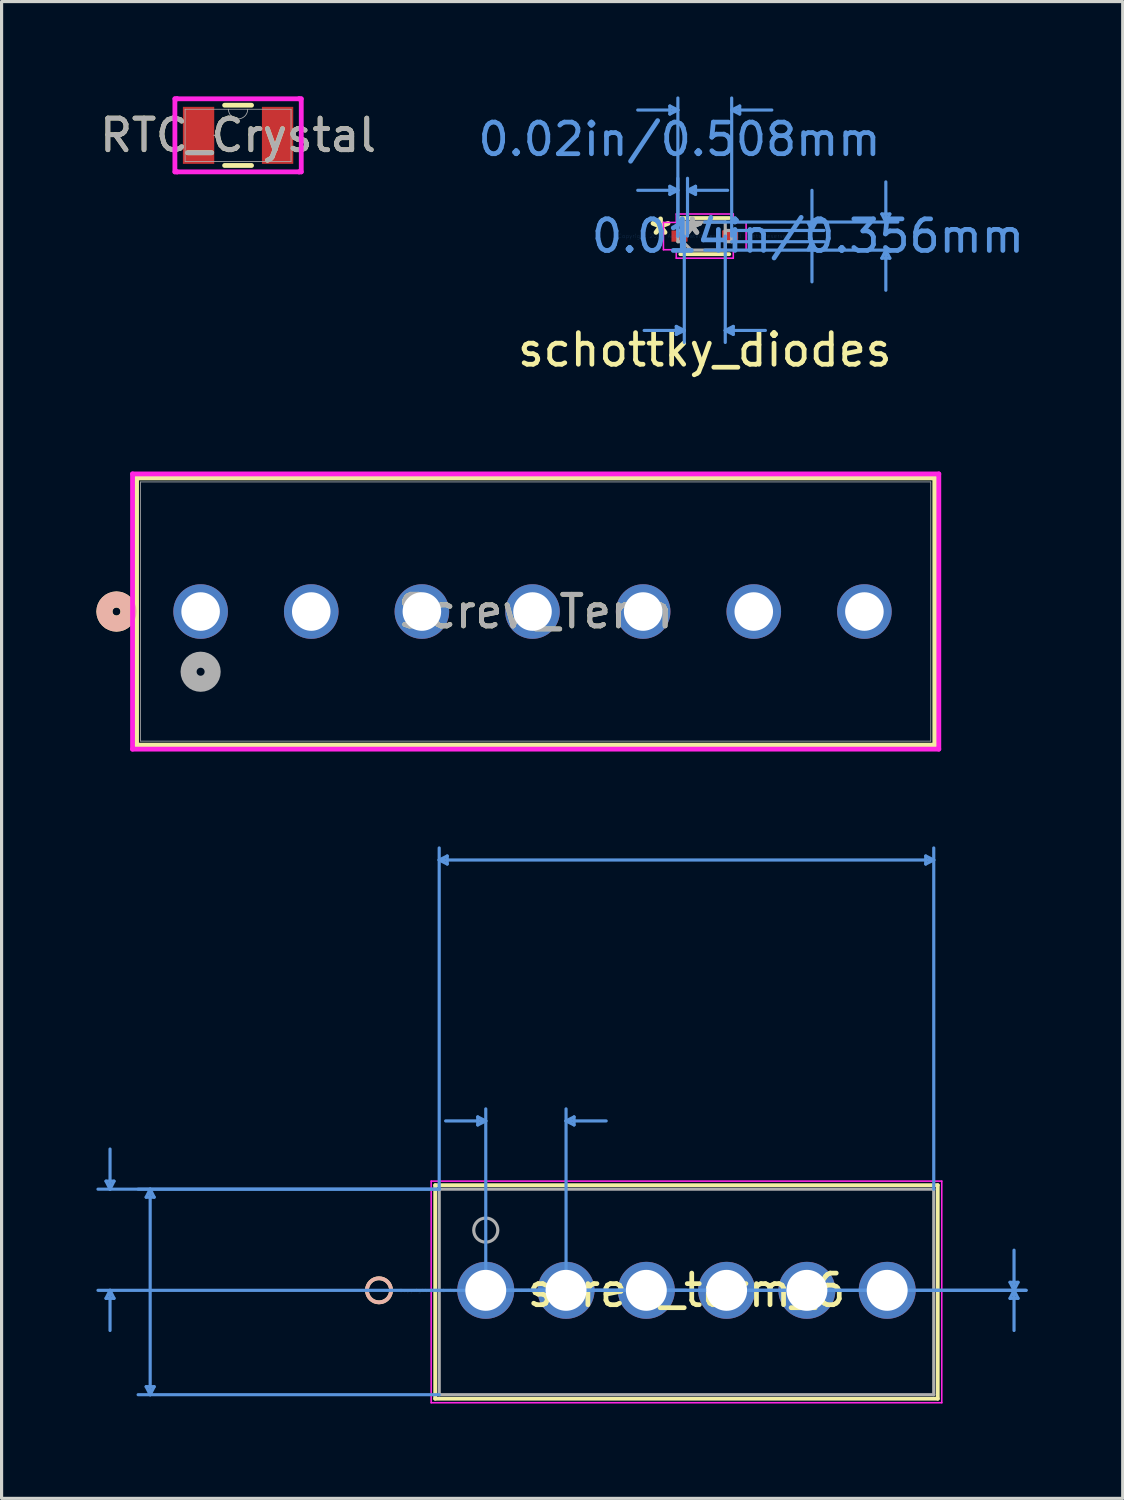
<source format=kicad_pcb>
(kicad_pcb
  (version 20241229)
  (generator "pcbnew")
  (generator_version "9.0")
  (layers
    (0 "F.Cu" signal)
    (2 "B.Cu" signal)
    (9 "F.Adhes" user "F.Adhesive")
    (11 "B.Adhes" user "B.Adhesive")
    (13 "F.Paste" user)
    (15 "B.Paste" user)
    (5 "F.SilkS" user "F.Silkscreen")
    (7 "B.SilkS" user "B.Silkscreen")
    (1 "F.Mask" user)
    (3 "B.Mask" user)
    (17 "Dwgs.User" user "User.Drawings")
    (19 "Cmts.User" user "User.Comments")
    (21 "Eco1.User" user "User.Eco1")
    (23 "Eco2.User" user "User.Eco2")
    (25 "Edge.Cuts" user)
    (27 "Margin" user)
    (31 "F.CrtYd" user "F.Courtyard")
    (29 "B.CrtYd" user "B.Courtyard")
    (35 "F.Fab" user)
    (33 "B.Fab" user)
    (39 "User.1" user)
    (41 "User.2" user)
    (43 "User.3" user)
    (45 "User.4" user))
  (footprint "Screw_Term"
    (layer "F.Cu")
    (at 3.297 16.297)
    (property "Reference" "Screw_Term" (at 10.6 0 0) (unlocked yes) (layer "F.SilkS") (effects (font (size 1 1) (thickness 0.15))))
    (attr through_hole)
    (fp_line (start -2.027 -4.227) (end -2.027 4.227) (stroke (width 0.152) (type solid)) (layer "F.SilkS"))
    (fp_line (start -2.027 4.227) (end 23.227 4.227) (stroke (width 0.152) (type solid)) (layer "F.SilkS"))
    (fp_line (start 23.227 -4.227) (end -2.027 -4.227) (stroke (width 0.152) (type solid)) (layer "F.SilkS"))
    (fp_line (start 23.227 4.227) (end 23.227 -4.227) (stroke (width 0.152) (type solid)) (layer "F.SilkS"))
    (fp_circle (center -2.662 0) (end -2.281 0) (stroke (width 0.508) (type solid)) (fill no) (layer "F.SilkS"))
    (fp_circle (center -2.662 0) (end -2.281 0) (stroke (width 0.508) (type solid)) (fill no) (layer "B.SilkS"))
    (fp_line (start -2.154 -4.354) (end -2.154 4.354) (stroke (width 0.152) (type solid)) (layer "F.CrtYd"))
    (fp_line (start -2.154 4.354) (end 23.354 4.354) (stroke (width 0.152) (type solid)) (layer "F.CrtYd"))
    (fp_line (start 23.354 -4.354) (end -2.154 -4.354) (stroke (width 0.152) (type solid)) (layer "F.CrtYd"))
    (fp_line (start 23.354 4.354) (end 23.354 -4.354) (stroke (width 0.152) (type solid)) (layer "F.CrtYd"))
    (fp_line (start -1.9 -4.1) (end -1.9 4.1) (stroke (width 0.025) (type solid)) (layer "F.Fab"))
    (fp_line (start -1.9 4.1) (end 23.1 4.1) (stroke (width 0.025) (type solid)) (layer "F.Fab"))
    (fp_line (start 23.1 -4.1) (end -1.9 -4.1) (stroke (width 0.025) (type solid)) (layer "F.Fab"))
    (fp_line (start 23.1 4.1) (end 23.1 -4.1) (stroke (width 0.025) (type solid)) (layer "F.Fab"))
    (fp_circle (center 0 1.905) (end 0.381 1.905) (stroke (width 0.508) (type solid)) (fill no) (layer "F.Fab"))
    (fp_text user "${REFERENCE}" (at 10.6 0 0) (unlocked yes) (layer "F.Fab") (effects (font (size 1 1) (thickness 0.15))))
    (pad "1" thru_hole circle (at 0 0) (size 1.727 1.727) (drill 1.219) (layers "*.Cu" "*.Mask"))
    (pad "2" thru_hole circle (at 3.5 0) (size 1.727 1.727) (drill 1.219) (layers "*.Cu" "*.Mask"))
    (pad "3" thru_hole circle (at 7 0) (size 1.727 1.727) (drill 1.219) (layers "*.Cu" "*.Mask"))
    (pad "4" thru_hole circle (at 10.5 0) (size 1.727 1.727) (drill 1.219) (layers "*.Cu" "*.Mask"))
    (pad "5" thru_hole circle (at 14 0) (size 1.727 1.727) (drill 1.219) (layers "*.Cu" "*.Mask"))
    (pad "6" thru_hole circle (at 17.5 0) (size 1.727 1.727) (drill 1.219) (layers "*.Cu" "*.Mask"))
    (pad "7" thru_hole circle (at 21 0) (size 1.727 1.727) (drill 1.219) (layers "*.Cu" "*.Mask")))
  (footprint "screw_term_6"
    (layer "F.Cu")
    (at 12.318 37.772)
    (property "Reference" "screw_term_6" (at 6.35 0 0) (layer "F.SilkS") (effects (font (size 1 1) (thickness 0.15))))
    (attr through_hole)
    (fp_line (start -1.6 -3.327) (end -1.6 3.429) (stroke (width 0.12) (type solid)) (layer "F.SilkS"))
    (fp_line (start -1.6 3.429) (end 14.3 3.429) (stroke (width 0.12) (type solid)) (layer "F.SilkS"))
    (fp_line (start 14.3 -3.327) (end -1.6 -3.327) (stroke (width 0.12) (type solid)) (layer "F.SilkS"))
    (fp_line (start 14.3 3.429) (end 14.3 -3.327) (stroke (width 0.12) (type solid)) (layer "F.SilkS"))
    (fp_circle (center -3.378 0) (end -2.997 0) (stroke (width 0.12) (type solid)) (fill no) (layer "F.SilkS"))
    (fp_circle (center -3.378 0) (end -2.997 0) (stroke (width 0.12) (type solid)) (fill no) (layer "B.SilkS"))
    (fp_line (start -12.014 -3.454) (end -11.76 -3.454) (stroke (width 0.1) (type solid)) (layer "Cmts.User"))
    (fp_line (start -12.014 0.254) (end -11.76 0.254) (stroke (width 0.1) (type solid)) (layer "Cmts.User"))
    (fp_line (start -11.887 -3.2) (end -12.014 -3.454) (stroke (width 0.1) (type solid)) (layer "Cmts.User"))
    (fp_line (start -11.887 -3.2) (end -11.887 -4.47) (stroke (width 0.1) (type solid)) (layer "Cmts.User"))
    (fp_line (start -11.887 -3.2) (end -11.76 -3.454) (stroke (width 0.1) (type solid)) (layer "Cmts.User"))
    (fp_line (start -11.887 0) (end -12.014 0.254) (stroke (width 0.1) (type solid)) (layer "Cmts.User"))
    (fp_line (start -11.887 0) (end -11.887 1.27) (stroke (width 0.1) (type solid)) (layer "Cmts.User"))
    (fp_line (start -11.887 0) (end -11.76 0.254) (stroke (width 0.1) (type solid)) (layer "Cmts.User"))
    (fp_line (start -10.744 -2.946) (end -10.49 -2.946) (stroke (width 0.1) (type solid)) (layer "Cmts.User"))
    (fp_line (start -10.744 3.048) (end -10.49 3.048) (stroke (width 0.1) (type solid)) (layer "Cmts.User"))
    (fp_line (start -10.617 -3.2) (end -10.744 -2.946) (stroke (width 0.1) (type solid)) (layer "Cmts.User"))
    (fp_line (start -10.617 -3.2) (end -10.617 3.302) (stroke (width 0.1) (type solid)) (layer "Cmts.User"))
    (fp_line (start -10.617 -3.2) (end -10.49 -2.946) (stroke (width 0.1) (type solid)) (layer "Cmts.User"))
    (fp_line (start -10.617 3.302) (end -10.744 3.048) (stroke (width 0.1) (type solid)) (layer "Cmts.User"))
    (fp_line (start -10.617 3.302) (end -10.49 3.048) (stroke (width 0.1) (type solid)) (layer "Cmts.User"))
    (fp_line (start -1.473 -13.614) (end -1.219 -13.741) (stroke (width 0.1) (type solid)) (layer "Cmts.User"))
    (fp_line (start -1.473 -13.614) (end -1.219 -13.487) (stroke (width 0.1) (type solid)) (layer "Cmts.User"))
    (fp_line (start -1.473 -13.614) (end 14.173 -13.614) (stroke (width 0.1) (type solid)) (layer "Cmts.User"))
    (fp_line (start -1.473 -3.2) (end -12.268 -3.2) (stroke (width 0.1) (type solid)) (layer "Cmts.User"))
    (fp_line (start -1.473 -3.2) (end -10.998 -3.2) (stroke (width 0.1) (type solid)) (layer "Cmts.User"))
    (fp_line (start -1.473 -3.2) (end -1.473 -13.995) (stroke (width 0.1) (type solid)) (layer "Cmts.User"))
    (fp_line (start -1.473 3.302) (end -10.998 3.302) (stroke (width 0.1) (type solid)) (layer "Cmts.User"))
    (fp_line (start -1.219 -13.741) (end -1.219 -13.487) (stroke (width 0.1) (type solid)) (layer "Cmts.User"))
    (fp_line (start -0.254 -5.486) (end -0.254 -5.232) (stroke (width 0.1) (type solid)) (layer "Cmts.User"))
    (fp_line (start 0 -5.359) (end -1.27 -5.359) (stroke (width 0.1) (type solid)) (layer "Cmts.User"))
    (fp_line (start 0 -5.359) (end -0.254 -5.486) (stroke (width 0.1) (type solid)) (layer "Cmts.User"))
    (fp_line (start 0 -5.359) (end -0.254 -5.232) (stroke (width 0.1) (type solid)) (layer "Cmts.User"))
    (fp_line (start 0 0) (end 0 -5.74) (stroke (width 0.1) (type solid)) (layer "Cmts.User"))
    (fp_line (start 0 0) (end 17.094 0) (stroke (width 0.1) (type solid)) (layer "Cmts.User"))
    (fp_line (start 0 0) (end 17.094 0) (stroke (width 0.1) (type solid)) (layer "Cmts.User"))
    (fp_line (start 2.54 -5.359) (end 2.794 -5.486) (stroke (width 0.1) (type solid)) (layer "Cmts.User"))
    (fp_line (start 2.54 -5.359) (end 2.794 -5.232) (stroke (width 0.1) (type solid)) (layer "Cmts.User"))
    (fp_line (start 2.54 -5.359) (end 3.81 -5.359) (stroke (width 0.1) (type solid)) (layer "Cmts.User"))
    (fp_line (start 2.54 0) (end 2.54 -5.74) (stroke (width 0.1) (type solid)) (layer "Cmts.User"))
    (fp_line (start 2.794 -5.486) (end 2.794 -5.232) (stroke (width 0.1) (type solid)) (layer "Cmts.User"))
    (fp_line (start 6.35 0) (end -12.268 0) (stroke (width 0.1) (type solid)) (layer "Cmts.User"))
    (fp_line (start 13.919 -13.741) (end 13.919 -13.487) (stroke (width 0.1) (type solid)) (layer "Cmts.User"))
    (fp_line (start 14.173 -13.614) (end 13.919 -13.741) (stroke (width 0.1) (type solid)) (layer "Cmts.User"))
    (fp_line (start 14.173 -13.614) (end 13.919 -13.487) (stroke (width 0.1) (type solid)) (layer "Cmts.User"))
    (fp_line (start 14.173 -3.2) (end 14.173 -13.995) (stroke (width 0.1) (type solid)) (layer "Cmts.User"))
    (fp_line (start 16.586 -0.254) (end 16.84 -0.254) (stroke (width 0.1) (type solid)) (layer "Cmts.User"))
    (fp_line (start 16.586 0.254) (end 16.84 0.254) (stroke (width 0.1) (type solid)) (layer "Cmts.User"))
    (fp_line (start 16.713 0) (end 16.586 -0.254) (stroke (width 0.1) (type solid)) (layer "Cmts.User"))
    (fp_line (start 16.713 0) (end 16.586 0.254) (stroke (width 0.1) (type solid)) (layer "Cmts.User"))
    (fp_line (start 16.713 0) (end 16.713 -1.27) (stroke (width 0.1) (type solid)) (layer "Cmts.User"))
    (fp_line (start 16.713 0) (end 16.713 1.27) (stroke (width 0.1) (type solid)) (layer "Cmts.User"))
    (fp_line (start 16.713 0) (end 16.84 -0.254) (stroke (width 0.1) (type solid)) (layer "Cmts.User"))
    (fp_line (start 16.713 0) (end 16.84 0.254) (stroke (width 0.1) (type solid)) (layer "Cmts.User"))
    (fp_line (start -1.727 -3.454) (end -1.727 3.556) (stroke (width 0.05) (type solid)) (layer "F.CrtYd"))
    (fp_line (start -1.727 3.556) (end 14.427 3.556) (stroke (width 0.05) (type solid)) (layer "F.CrtYd"))
    (fp_line (start 14.427 -3.454) (end -1.727 -3.454) (stroke (width 0.05) (type solid)) (layer "F.CrtYd"))
    (fp_line (start 14.427 3.556) (end 14.427 -3.454) (stroke (width 0.05) (type solid)) (layer "F.CrtYd"))
    (fp_line (start -1.473 -3.2) (end -1.473 3.302) (stroke (width 0.1) (type solid)) (layer "F.Fab"))
    (fp_line (start -1.473 3.302) (end 14.173 3.302) (stroke (width 0.1) (type solid)) (layer "F.Fab"))
    (fp_line (start 14.173 -3.2) (end -1.473 -3.2) (stroke (width 0.1) (type solid)) (layer "F.Fab"))
    (fp_line (start 14.173 3.302) (end 14.173 -3.2) (stroke (width 0.1) (type solid)) (layer "F.Fab"))
    (fp_circle (center 0 -1.905) (end 0.381 -1.905) (stroke (width 0.1) (type solid)) (fill no) (layer "F.Fab"))
    (fp_text user "*" (at 0 0 0) (layer "F.SilkS") (effects (font (size 1 1) (thickness 0.15))))
    (fp_text user "Copyright 2021 Accelerated Designs. All rights reserved." (at 0 0 0) (layer "Cmts.User") (effects (font (size 0.127 0.127) (thickness 0.002))))
    (fp_text user "*" (at 0 0 0) (layer "F.Fab") (effects (font (size 1 1) (thickness 0.15))))
    (pad "1" thru_hole circle (at 0 0) (size 1.803 1.803) (drill 1.295) (layers "*.Cu" "*.Mask"))
    (pad "2" thru_hole circle (at 2.54 0) (size 1.803 1.803) (drill 1.295) (layers "*.Cu" "*.Mask"))
    (pad "3" thru_hole circle (at 5.08 0) (size 1.803 1.803) (drill 1.295) (layers "*.Cu" "*.Mask"))
    (pad "4" thru_hole circle (at 7.62 0) (size 1.803 1.803) (drill 1.295) (layers "*.Cu" "*.Mask"))
    (pad "5" thru_hole circle (at 10.16 0) (size 1.803 1.803) (drill 1.295) (layers "*.Cu" "*.Mask"))
    (pad "6" thru_hole circle (at 12.7 0) (size 1.803 1.803) (drill 1.295) (layers "*.Cu" "*.Mask")))
  (footprint "RTC_Crystal"
    (layer "F.Cu")
    (at 4.482 1.232)
    (property "Reference" "RTC_Crystal" (at 0 0 0) (unlocked yes) (layer "F.SilkS") (effects (font (size 1 1) (thickness 0.15))))
    (attr smd)
    (fp_line (start -0.426 0.953) (end 0.426 0.953) (stroke (width 0.152) (type solid)) (layer "F.SilkS"))
    (fp_line (start 0.426 -0.953) (end -0.426 -0.953) (stroke (width 0.152) (type solid)) (layer "F.SilkS"))
    (fp_line (start -1.999 -1.156) (end -1.93 -1.156) (stroke (width 0.152) (type solid)) (layer "F.CrtYd"))
    (fp_line (start -1.999 1.156) (end -1.999 -1.156) (stroke (width 0.152) (type solid)) (layer "F.CrtYd"))
    (fp_line (start -1.999 1.156) (end -1.93 1.156) (stroke (width 0.152) (type solid)) (layer "F.CrtYd"))
    (fp_line (start -1.93 -1.156) (end -1.93 -1.156) (stroke (width 0.152) (type solid)) (layer "F.CrtYd"))
    (fp_line (start -1.93 -1.156) (end 1.93 -1.156) (stroke (width 0.152) (type solid)) (layer "F.CrtYd"))
    (fp_line (start -1.93 1.156) (end -1.93 1.156) (stroke (width 0.152) (type solid)) (layer "F.CrtYd"))
    (fp_line (start 1.93 -1.156) (end 1.93 -1.156) (stroke (width 0.152) (type solid)) (layer "F.CrtYd"))
    (fp_line (start 1.93 1.156) (end -1.93 1.156) (stroke (width 0.152) (type solid)) (layer "F.CrtYd"))
    (fp_line (start 1.93 1.156) (end 1.93 1.156) (stroke (width 0.152) (type solid)) (layer "F.CrtYd"))
    (fp_line (start 1.999 -1.156) (end 1.93 -1.156) (stroke (width 0.152) (type solid)) (layer "F.CrtYd"))
    (fp_line (start 1.999 -1.156) (end 1.999 1.156) (stroke (width 0.152) (type solid)) (layer "F.CrtYd"))
    (fp_line (start 1.999 1.156) (end 1.93 1.156) (stroke (width 0.152) (type solid)) (layer "F.CrtYd"))
    (fp_line (start -1.676 -0.826) (end -1.676 0.826) (stroke (width 0.025) (type solid)) (layer "F.Fab"))
    (fp_line (start -1.676 0.826) (end 1.676 0.826) (stroke (width 0.025) (type solid)) (layer "F.Fab"))
    (fp_line (start 1.676 -0.826) (end -1.676 -0.826) (stroke (width 0.025) (type solid)) (layer "F.Fab"))
    (fp_line (start 1.676 0.826) (end 1.676 -0.826) (stroke (width 0.025) (type solid)) (layer "F.Fab"))
    (fp_arc (start 0.3048 -0.8255) (mid 0 -0.5207) (end -0.3048 -0.8255) (stroke (width 0.0254) (type solid)) (layer "F.Fab"))
    (fp_circle (center -0.755 0) (end -0.755 0) (stroke (width 0.025) (type solid)) (fill no) (layer "F.Fab"))
    (fp_text user "${REFERENCE}" (at 0 0 0) (unlocked yes) (layer "F.Fab") (effects (font (size 1 1) (thickness 0.15))))
    (pad "1" smd rect (at -1.25 0) (size 0.991 1.803) (layers "F.Cu" "F.Mask" "F.Paste"))
    (pad "2" smd rect (at 1.25 0) (size 0.991 1.803) (layers "F.Cu" "F.Mask" "F.Paste")))
  (footprint "schottky_diodes"
    (layer "F.Cu")
    (at 19.247 4.419)
    (property "Reference" "schottky_diodes" (at 0 3.6 0) (layer "F.SilkS") (effects (font (size 1 1) (thickness 0.15))))
    (attr through_hole)
    (fp_line (start -0.775 0.572) (end 0.775 0.572) (stroke (width 0.12) (type solid)) (layer "F.SilkS"))
    (fp_line (start 0.775 -0.572) (end -0.775 -0.572) (stroke (width 0.12) (type solid)) (layer "F.SilkS"))
    (fp_line (start -1.105 -4.115) (end -1.105 -3.861) (stroke (width 0.1) (type solid)) (layer "Cmts.User"))
    (fp_line (start -1.105 -1.575) (end -1.105 -1.321) (stroke (width 0.1) (type solid)) (layer "Cmts.User"))
    (fp_line (start -0.902 2.857) (end -0.902 3.111) (stroke (width 0.1) (type solid)) (layer "Cmts.User"))
    (fp_line (start -0.851 -3.988) (end -2.121 -3.988) (stroke (width 0.1) (type solid)) (layer "Cmts.User"))
    (fp_line (start -0.851 -3.988) (end -1.105 -4.115) (stroke (width 0.1) (type solid)) (layer "Cmts.User"))
    (fp_line (start -0.851 -3.988) (end -1.105 -3.861) (stroke (width 0.1) (type solid)) (layer "Cmts.User"))
    (fp_line (start -0.851 -1.448) (end -2.121 -1.448) (stroke (width 0.1) (type solid)) (layer "Cmts.User"))
    (fp_line (start -0.851 -1.448) (end -1.105 -1.575) (stroke (width 0.1) (type solid)) (layer "Cmts.User"))
    (fp_line (start -0.851 -1.448) (end -1.105 -1.321) (stroke (width 0.1) (type solid)) (layer "Cmts.User"))
    (fp_line (start -0.851 0) (end -0.851 -4.369) (stroke (width 0.1) (type solid)) (layer "Cmts.User"))
    (fp_line (start -0.851 0) (end -0.851 -1.829) (stroke (width 0.1) (type solid)) (layer "Cmts.User"))
    (fp_line (start -0.648 0) (end -0.648 3.365) (stroke (width 0.1) (type solid)) (layer "Cmts.User"))
    (fp_line (start -0.648 2.985) (end -1.918 2.985) (stroke (width 0.1) (type solid)) (layer "Cmts.User"))
    (fp_line (start -0.648 2.985) (end -0.902 2.857) (stroke (width 0.1) (type solid)) (layer "Cmts.User"))
    (fp_line (start -0.648 2.985) (end -0.902 3.111) (stroke (width 0.1) (type solid)) (layer "Cmts.User"))
    (fp_line (start -0.546 -1.448) (end -0.292 -1.575) (stroke (width 0.1) (type solid)) (layer "Cmts.User"))
    (fp_line (start -0.546 -1.448) (end -0.292 -1.321) (stroke (width 0.1) (type solid)) (layer "Cmts.User"))
    (fp_line (start -0.546 -1.448) (end 0.724 -1.448) (stroke (width 0.1) (type solid)) (layer "Cmts.User"))
    (fp_line (start -0.546 0) (end -0.546 -1.829) (stroke (width 0.1) (type solid)) (layer "Cmts.User"))
    (fp_line (start -0.292 -1.575) (end -0.292 -1.321) (stroke (width 0.1) (type solid)) (layer "Cmts.User"))
    (fp_line (start 0 -0.445) (end 6.109 -0.445) (stroke (width 0.1) (type solid)) (layer "Cmts.User"))
    (fp_line (start 0 0.445) (end 6.109 0.445) (stroke (width 0.1) (type solid)) (layer "Cmts.User"))
    (fp_line (start 0.648 0) (end 0.648 3.365) (stroke (width 0.1) (type solid)) (layer "Cmts.User"))
    (fp_line (start 0.648 2.985) (end 0.902 2.857) (stroke (width 0.1) (type solid)) (layer "Cmts.User"))
    (fp_line (start 0.648 2.985) (end 0.902 3.111) (stroke (width 0.1) (type solid)) (layer "Cmts.User"))
    (fp_line (start 0.648 2.985) (end 1.918 2.985) (stroke (width 0.1) (type solid)) (layer "Cmts.User"))
    (fp_line (start 0.851 -3.988) (end 1.105 -4.115) (stroke (width 0.1) (type solid)) (layer "Cmts.User"))
    (fp_line (start 0.851 -3.988) (end 1.105 -3.861) (stroke (width 0.1) (type solid)) (layer "Cmts.User"))
    (fp_line (start 0.851 -3.988) (end 2.121 -3.988) (stroke (width 0.1) (type solid)) (layer "Cmts.User"))
    (fp_line (start 0.851 -0.178) (end 3.772 -0.178) (stroke (width 0.1) (type solid)) (layer "Cmts.User"))
    (fp_line (start 0.851 0) (end 0.851 -4.369) (stroke (width 0.1) (type solid)) (layer "Cmts.User"))
    (fp_line (start 0.851 0.178) (end 3.772 0.178) (stroke (width 0.1) (type solid)) (layer "Cmts.User"))
    (fp_line (start 0.902 2.857) (end 0.902 3.111) (stroke (width 0.1) (type solid)) (layer "Cmts.User"))
    (fp_line (start 1.105 -4.115) (end 1.105 -3.861) (stroke (width 0.1) (type solid)) (layer "Cmts.User"))
    (fp_line (start 3.264 -0.432) (end 3.518 -0.432) (stroke (width 0.1) (type solid)) (layer "Cmts.User"))
    (fp_line (start 3.264 0.432) (end 3.518 0.432) (stroke (width 0.1) (type solid)) (layer "Cmts.User"))
    (fp_line (start 3.391 -0.178) (end 3.264 -0.432) (stroke (width 0.1) (type solid)) (layer "Cmts.User"))
    (fp_line (start 3.391 -0.178) (end 3.391 -1.448) (stroke (width 0.1) (type solid)) (layer "Cmts.User"))
    (fp_line (start 3.391 -0.178) (end 3.518 -0.432) (stroke (width 0.1) (type solid)) (layer "Cmts.User"))
    (fp_line (start 3.391 0.178) (end 3.264 0.432) (stroke (width 0.1) (type solid)) (layer "Cmts.User"))
    (fp_line (start 3.391 0.178) (end 3.391 1.448) (stroke (width 0.1) (type solid)) (layer "Cmts.User"))
    (fp_line (start 3.391 0.178) (end 3.518 0.432) (stroke (width 0.1) (type solid)) (layer "Cmts.User"))
    (fp_line (start 5.601 -0.699) (end 5.855 -0.699) (stroke (width 0.1) (type solid)) (layer "Cmts.User"))
    (fp_line (start 5.601 0.699) (end 5.855 0.699) (stroke (width 0.1) (type solid)) (layer "Cmts.User"))
    (fp_line (start 5.728 -0.445) (end 5.601 -0.699) (stroke (width 0.1) (type solid)) (layer "Cmts.User"))
    (fp_line (start 5.728 -0.445) (end 5.728 -1.714) (stroke (width 0.1) (type solid)) (layer "Cmts.User"))
    (fp_line (start 5.728 -0.445) (end 5.855 -0.699) (stroke (width 0.1) (type solid)) (layer "Cmts.User"))
    (fp_line (start 5.728 0.445) (end 5.601 0.699) (stroke (width 0.1) (type solid)) (layer "Cmts.User"))
    (fp_line (start 5.728 0.445) (end 5.728 1.714) (stroke (width 0.1) (type solid)) (layer "Cmts.User"))
    (fp_line (start 5.728 0.445) (end 5.855 0.699) (stroke (width 0.1) (type solid)) (layer "Cmts.User"))
    (fp_line (start -1.308 -0.432) (end -0.902 -0.432) (stroke (width 0.05) (type solid)) (layer "F.CrtYd"))
    (fp_line (start -1.308 0.432) (end -1.308 -0.432) (stroke (width 0.05) (type solid)) (layer "F.CrtYd"))
    (fp_line (start -0.902 -0.699) (end 0.902 -0.699) (stroke (width 0.05) (type solid)) (layer "F.CrtYd"))
    (fp_line (start -0.902 -0.432) (end -0.902 -0.699) (stroke (width 0.05) (type solid)) (layer "F.CrtYd"))
    (fp_line (start -0.902 0.432) (end -1.308 0.432) (stroke (width 0.05) (type solid)) (layer "F.CrtYd"))
    (fp_line (start -0.902 0.699) (end -0.902 0.432) (stroke (width 0.05) (type solid)) (layer "F.CrtYd"))
    (fp_line (start 0.902 -0.699) (end 0.902 -0.432) (stroke (width 0.05) (type solid)) (layer "F.CrtYd"))
    (fp_line (start 0.902 -0.432) (end 1.308 -0.432) (stroke (width 0.05) (type solid)) (layer "F.CrtYd"))
    (fp_line (start 0.902 0.432) (end 0.902 0.699) (stroke (width 0.05) (type solid)) (layer "F.CrtYd"))
    (fp_line (start 0.902 0.699) (end -0.902 0.699) (stroke (width 0.05) (type solid)) (layer "F.CrtYd"))
    (fp_line (start 1.308 -0.432) (end 1.308 0.432) (stroke (width 0.05) (type solid)) (layer "F.CrtYd"))
    (fp_line (start 1.308 0.432) (end 0.902 0.432) (stroke (width 0.05) (type solid)) (layer "F.CrtYd"))
    (fp_line (start -0.851 -0.178) (end -0.851 0.178) (stroke (width 0.1) (type solid)) (layer "F.Fab"))
    (fp_line (start -0.851 0.178) (end -0.648 0.178) (stroke (width 0.1) (type solid)) (layer "F.Fab"))
    (fp_line (start -0.648 -0.445) (end -0.648 0.445) (stroke (width 0.1) (type solid)) (layer "F.Fab"))
    (fp_line (start -0.648 -0.222) (end -0.425 -0.445) (stroke (width 0.1) (type solid)) (layer "F.Fab"))
    (fp_line (start -0.648 -0.178) (end -0.851 -0.178) (stroke (width 0.1) (type solid)) (layer "F.Fab"))
    (fp_line (start -0.648 0.178) (end -0.648 -0.178) (stroke (width 0.1) (type solid)) (layer "F.Fab"))
    (fp_line (start -0.648 0.222) (end -0.425 0.445) (stroke (width 0.1) (type solid)) (layer "F.Fab"))
    (fp_line (start -0.648 0.445) (end 0.648 0.445) (stroke (width 0.1) (type solid)) (layer "F.Fab"))
    (fp_line (start 0.648 -0.445) (end -0.648 -0.445) (stroke (width 0.1) (type solid)) (layer "F.Fab"))
    (fp_line (start 0.648 -0.178) (end 0.648 0.178) (stroke (width 0.1) (type solid)) (layer "F.Fab"))
    (fp_line (start 0.648 0.178) (end 0.851 0.178) (stroke (width 0.1) (type solid)) (layer "F.Fab"))
    (fp_line (start 0.648 0.445) (end 0.648 -0.445) (stroke (width 0.1) (type solid)) (layer "F.Fab"))
    (fp_line (start 0.851 -0.178) (end 0.648 -0.178) (stroke (width 0.1) (type solid)) (layer "F.Fab"))
    (fp_line (start 0.851 0.178) (end 0.851 -0.178) (stroke (width 0.1) (type solid)) (layer "F.Fab"))
    (fp_text user "*" (at -1.4 0 0) (layer "F.SilkS") (effects (font (size 1 1) (thickness 0.15))))
    (fp_text user "Copyright 2021 Accelerated Designs. All rights reserved." (at 0 0 0) (layer "Cmts.User") (effects (font (size 0.127 0.127) (thickness 0.002))))
    (fp_text user "0.02in/0.508mm" (at -0.8 -3.061 0) (layer "Cmts.User") (effects (font (size 1 1) (thickness 0.15))))
    (fp_text user "0.014in/0.356mm" (at 3.264 0 0) (layer "Cmts.User") (effects (font (size 1 1) (thickness 0.15))))
    (fp_text user "*" (at -0.394 0 0) (layer "F.Fab") (effects (font (size 1 1) (thickness 0.15))))
    (fp_text user "*" (at -0.394 0 0) (layer "F.Fab") (effects (font (size 1 1) (thickness 0.15))))
    (pad "1" smd rect (at -0.8 0) (size 0.508 0.356) (layers "F.Cu" "F.Mask" "F.Paste"))
    (pad "2" smd rect (at 0.8 0) (size 0.508 0.356) (layers "F.Cu" "F.Mask" "F.Paste")))
  (gr_rect
    (start -3 -3)
    (end 32.469 44.354)
    (stroke (width 0.1) (type default))
    (fill no)
    (layer "Edge.Cuts")))
</source>
